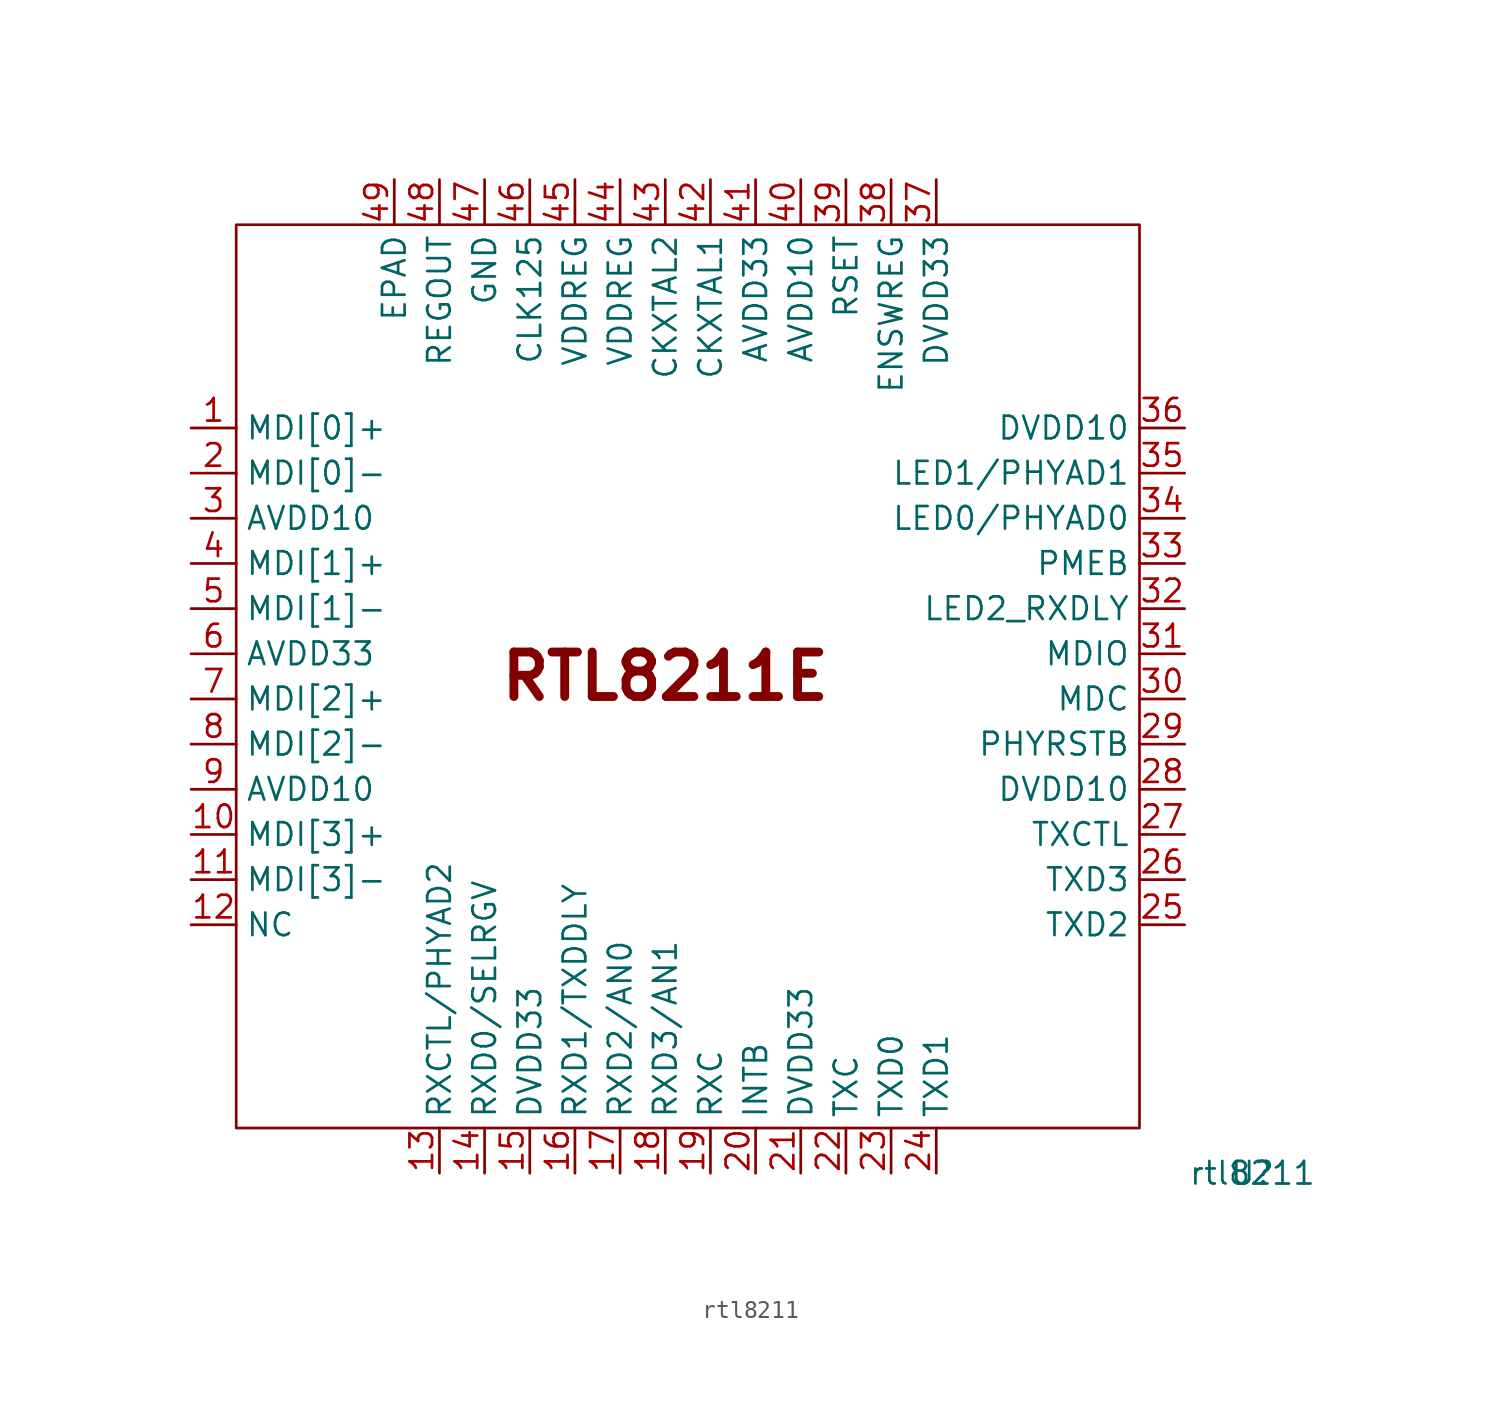
<source format=kicad_sym>
(kicad_symbol_lib
  (version 20201005)
  (generator kicad_symbol_editor)
  (symbol "rtl8211:rtl8211"
    (property "Reference" "U"
      (at 31.75 -27.94 0)
      (effects (font (size 1.27 1.27))))
    (property "Value" "rtl8211"
      (at 31.75 -27.94 0)
      (effects (font (size 1.27 1.27))))
    (symbol "rtl8211_0_0"
      (text "RTL8211E" (at -1.27 0 0) (effects (font (size 2.5 2.5) bold)))
      (pin input line (at -13.97 -27.94 90) (length 2.54) (name "RXCTL/PHYAD2" (effects (font (size 1.27 1.27)))) (number "13" (effects (font (size 1.27 1.27)))))
      (pin input line (at -11.43 -27.94 90) (length 2.54) (name "RXD0/SELRGV" (effects (font (size 1.27 1.27)))) (number "14" (effects (font (size 1.27 1.27)))))
      (pin input line (at -8.89 -27.94 90) (length 2.54) (name "DVDD33" (effects (font (size 1.27 1.27)))) (number "15" (effects (font (size 1.27 1.27)))))
      (pin input line (at -6.35 -27.94 90) (length 2.54) (name "RXD1/TXDDLY" (effects (font (size 1.27 1.27)))) (number "16" (effects (font (size 1.27 1.27)))))
      (pin input line (at -3.81 -27.94 90) (length 2.54) (name "RXD2/AN0" (effects (font (size 1.27 1.27)))) (number "17" (effects (font (size 1.27 1.27)))))
      (pin input line (at -1.27 -27.94 90) (length 2.54) (name "RXD3/AN1" (effects (font (size 1.27 1.27)))) (number "18" (effects (font (size 1.27 1.27)))))
      (pin input line (at 1.27 -27.94 90) (length 2.54) (name "RXC" (effects (font (size 1.27 1.27)))) (number "19" (effects (font (size 1.27 1.27)))))
      (pin input line (at 3.81 -27.94 90) (length 2.54) (name "INTB" (effects (font (size 1.27 1.27)))) (number "20" (effects (font (size 1.27 1.27)))))
      (pin input line (at 6.35 -27.94 90) (length 2.54) (name "DVDD33" (effects (font (size 1.27 1.27)))) (number "21" (effects (font (size 1.27 1.27)))))
      (pin input line (at 8.89 -27.94 90) (length 2.54) (name "TXC" (effects (font (size 1.27 1.27)))) (number "22" (effects (font (size 1.27 1.27)))))
      (pin input line (at 11.43 -27.94 90) (length 2.54) (name "TXD0" (effects (font (size 1.27 1.27)))) (number "23" (effects (font (size 1.27 1.27)))))
      (pin input line (at 13.97 -27.94 90) (length 2.54) (name "TXD1" (effects (font (size 1.27 1.27)))) (number "24" (effects (font (size 1.27 1.27))))))
    (symbol "rtl8211_0_1"
      (rectangle (start 25.4 25.4) (end -25.4 -25.4) (stroke (width 0.152)) (fill (type none))))
    (symbol "rtl8211_1_1"
      (pin input line (at -27.94 13.97 0) (length 2.54) (name "MDI[0]+" (effects (font (size 1.27 1.27)))) (number "1" (effects (font (size 1.27 1.27)))))
      (pin input line (at -27.94 -8.89 0) (length 2.54) (name "MDI[3]+" (effects (font (size 1.27 1.27)))) (number "10" (effects (font (size 1.27 1.27)))))
      (pin input line (at -27.94 -11.43 0) (length 2.54) (name "MDI[3]-" (effects (font (size 1.27 1.27)))) (number "11" (effects (font (size 1.27 1.27)))))
      (pin input line (at -27.94 -13.97 0) (length 2.54) (name "NC" (effects (font (size 1.27 1.27)))) (number "12" (effects (font (size 1.27 1.27)))))
      (pin input line (at -27.94 11.43 0) (length 2.54) (name "MDI[0]-" (effects (font (size 1.27 1.27)))) (number "2" (effects (font (size 1.27 1.27)))))
      (pin input line (at 27.94 -13.97 180) (length 2.54) (name "TXD2" (effects (font (size 1.27 1.27)))) (number "25" (effects (font (size 1.27 1.27)))))
      (pin input line (at 27.94 -11.43 180) (length 2.54) (name "TXD3" (effects (font (size 1.27 1.27)))) (number "26" (effects (font (size 1.27 1.27)))))
      (pin input line (at 27.94 -8.89 180) (length 2.54) (name "TXCTL" (effects (font (size 1.27 1.27)))) (number "27" (effects (font (size 1.27 1.27)))))
      (pin input line (at 27.94 -6.35 180) (length 2.54) (name "DVDD10" (effects (font (size 1.27 1.27)))) (number "28" (effects (font (size 1.27 1.27)))))
      (pin input line (at 27.94 -3.81 180) (length 2.54) (name "PHYRSTB" (effects (font (size 1.27 1.27)))) (number "29" (effects (font (size 1.27 1.27)))))
      (pin input line (at -27.94 8.89 0) (length 2.54) (name "AVDD10" (effects (font (size 1.27 1.27)))) (number "3" (effects (font (size 1.27 1.27)))))
      (pin input line (at 27.94 -1.27 180) (length 2.54) (name "MDC" (effects (font (size 1.27 1.27)))) (number "30" (effects (font (size 1.27 1.27)))))
      (pin input line (at 27.94 1.27 180) (length 2.54) (name "MDIO" (effects (font (size 1.27 1.27)))) (number "31" (effects (font (size 1.27 1.27)))))
      (pin input line (at 27.94 3.81 180) (length 2.54) (name "LED2_RXDLY" (effects (font (size 1.27 1.27)))) (number "32" (effects (font (size 1.27 1.27)))))
      (pin input line (at 27.94 6.35 180) (length 2.54) (name "PMEB" (effects (font (size 1.27 1.27)))) (number "33" (effects (font (size 1.27 1.27)))))
      (pin input line (at 27.94 8.89 180) (length 2.54) (name "LED0/PHYAD0" (effects (font (size 1.27 1.27)))) (number "34" (effects (font (size 1.27 1.27)))))
      (pin input line (at 27.94 11.43 180) (length 2.54) (name "LED1/PHYAD1" (effects (font (size 1.27 1.27)))) (number "35" (effects (font (size 1.27 1.27)))))
      (pin input line (at 27.94 13.97 180) (length 2.54) (name "DVDD10" (effects (font (size 1.27 1.27)))) (number "36" (effects (font (size 1.27 1.27)))))
      (pin input line (at 13.97 27.94 270) (length 2.54) (name "DVDD33" (effects (font (size 1.27 1.27)))) (number "37" (effects (font (size 1.27 1.27)))))
      (pin input line (at 11.43 27.94 270) (length 2.54) (name "ENSWREG" (effects (font (size 1.27 1.27)))) (number "38" (effects (font (size 1.27 1.27)))))
      (pin input line (at 8.89 27.94 270) (length 2.54) (name "RSET" (effects (font (size 1.27 1.27)))) (number "39" (effects (font (size 1.27 1.27)))))
      (pin input line (at -27.94 6.35 0) (length 2.54) (name "MDI[1]+" (effects (font (size 1.27 1.27)))) (number "4" (effects (font (size 1.27 1.27)))))
      (pin input line (at 6.35 27.94 270) (length 2.54) (name "AVDD10" (effects (font (size 1.27 1.27)))) (number "40" (effects (font (size 1.27 1.27)))))
      (pin input line (at 3.81 27.94 270) (length 2.54) (name "AVDD33" (effects (font (size 1.27 1.27)))) (number "41" (effects (font (size 1.27 1.27)))))
      (pin input line (at 1.27 27.94 270) (length 2.54) (name "CKXTAL1" (effects (font (size 1.27 1.27)))) (number "42" (effects (font (size 1.27 1.27)))))
      (pin input line (at -1.27 27.94 270) (length 2.54) (name "CKXTAL2" (effects (font (size 1.27 1.27)))) (number "43" (effects (font (size 1.27 1.27)))))
      (pin input line (at -3.81 27.94 270) (length 2.54) (name "VDDREG" (effects (font (size 1.27 1.27)))) (number "44" (effects (font (size 1.27 1.27)))))
      (pin input line (at -6.35 27.94 270) (length 2.54) (name "VDDREG" (effects (font (size 1.27 1.27)))) (number "45" (effects (font (size 1.27 1.27)))))
      (pin input line (at -8.89 27.94 270) (length 2.54) (name "CLK125" (effects (font (size 1.27 1.27)))) (number "46" (effects (font (size 1.27 1.27)))))
      (pin input line (at -11.43 27.94 270) (length 2.54) (name "GND" (effects (font (size 1.27 1.27)))) (number "47" (effects (font (size 1.27 1.27)))))
      (pin input line (at -13.97 27.94 270) (length 2.54) (name "REGOUT" (effects (font (size 1.27 1.27)))) (number "48" (effects (font (size 1.27 1.27)))))
      (pin input line (at -16.51 27.94 270) (length 2.54) (name "EPAD" (effects (font (size 1.27 1.27)))) (number "49" (effects (font (size 1.27 1.27)))))
      (pin input line (at -27.94 3.81 0) (length 2.54) (name "MDI[1]-" (effects (font (size 1.27 1.27)))) (number "5" (effects (font (size 1.27 1.27)))))
      (pin input line (at -27.94 1.27 0) (length 2.54) (name "AVDD33" (effects (font (size 1.27 1.27)))) (number "6" (effects (font (size 1.27 1.27)))))
      (pin input line (at -27.94 -1.27 0) (length 2.54) (name "MDI[2]+" (effects (font (size 1.27 1.27)))) (number "7" (effects (font (size 1.27 1.27)))))
      (pin input line (at -27.94 -3.81 0) (length 2.54) (name "MDI[2]-" (effects (font (size 1.27 1.27)))) (number "8" (effects (font (size 1.27 1.27)))))
      (pin input line (at -27.94 -6.35 0) (length 2.54) (name "AVDD10" (effects (font (size 1.27 1.27)))) (number "9" (effects (font (size 1.27 1.27))))))))
</source>
